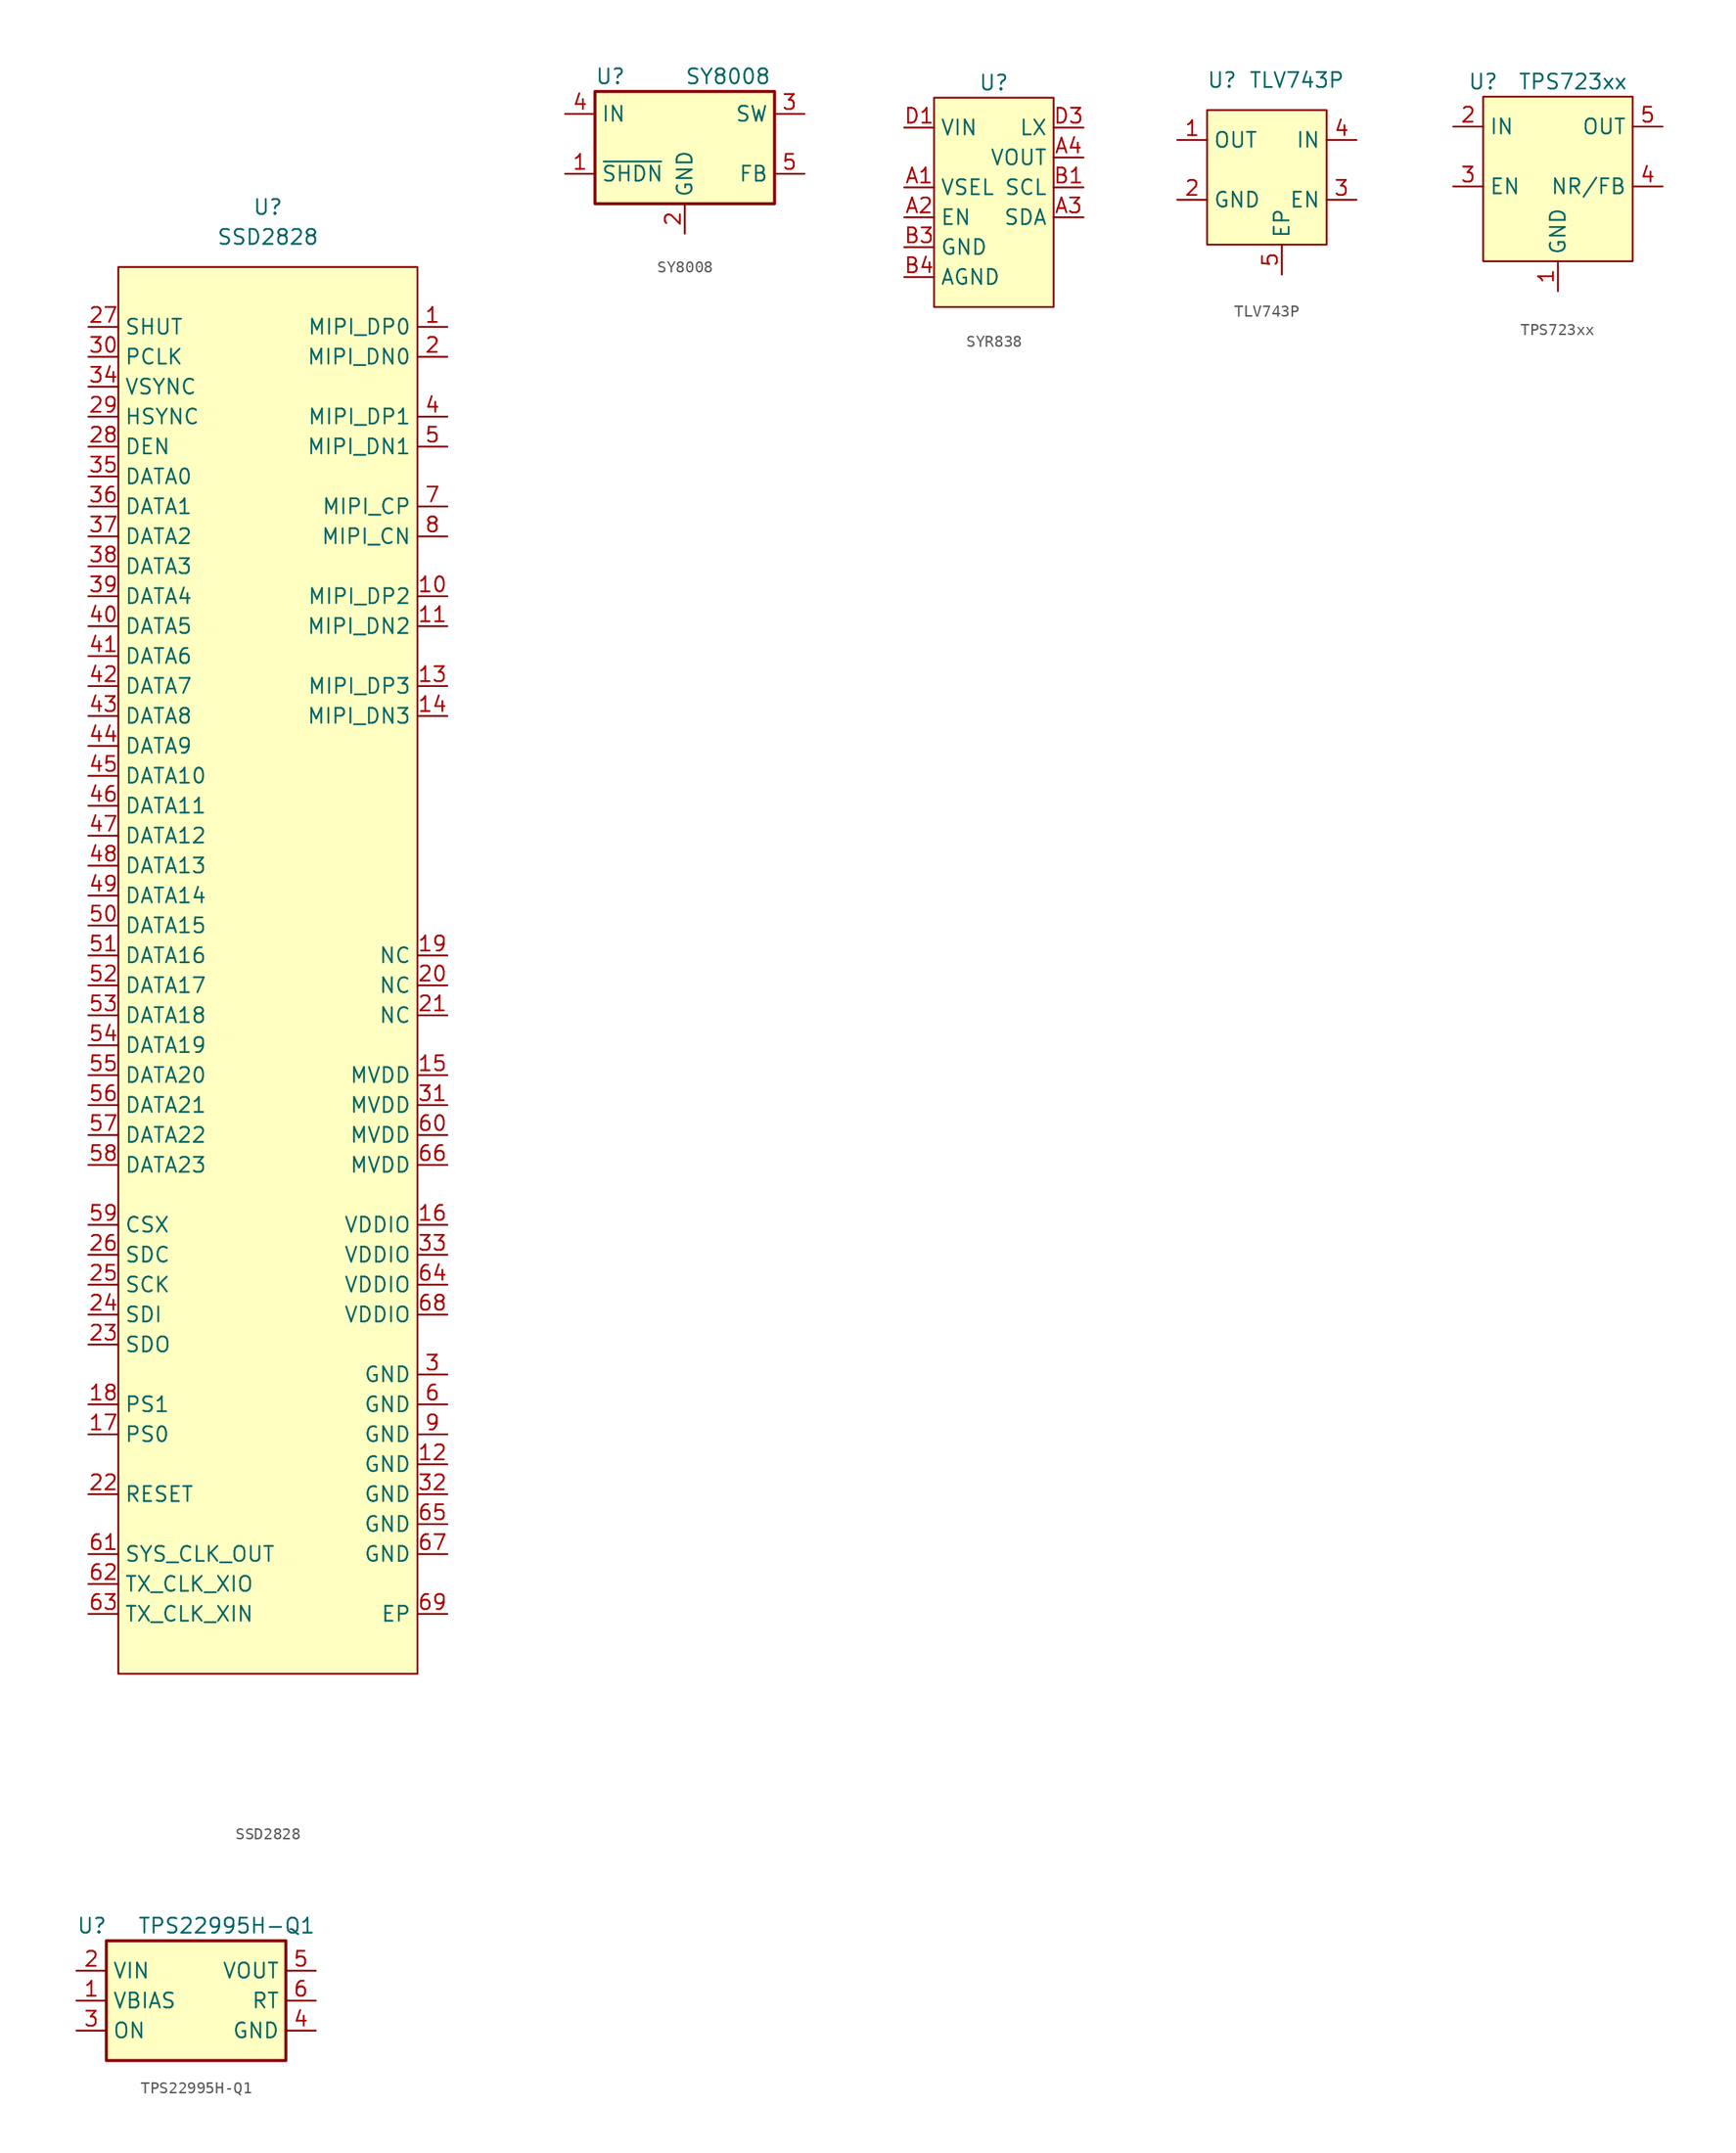
<source format=kicad_sym>
(kicad_symbol_lib
  (version 20231120)
  (generator "kicad_symbol_editor")
  (generator_version "8.0")
  (symbol "SSD2828"
    (property "Reference" "U"
      (at 0 0 0)
      (effects (font (size 1.27 1.27))))
    (property "Value" "SSD2828"
      (at 0 -2.54 0)
      (effects (font (size 1.27 1.27))))
    (symbol "SSD2828_0_1"
      (rectangle (start -12.7 -5.08) (end 12.7 -124.46) (stroke (width 0.152) (type default)) (fill (type background))))
    (symbol "SSD2828_1_1"
      (pin input line (at 15.24 -10.16 180) (length 2.54) (name "MIPI_DP0" (effects (font (size 1.27 1.27)))) (number "1" (effects (font (size 1.27 1.27)))))
      (pin input line (at 15.24 -33.02 180) (length 2.54) (name "MIPI_DP2" (effects (font (size 1.27 1.27)))) (number "10" (effects (font (size 1.27 1.27)))))
      (pin input line (at 15.24 -35.56 180) (length 2.54) (name "MIPI_DN2" (effects (font (size 1.27 1.27)))) (number "11" (effects (font (size 1.27 1.27)))))
      (pin input line (at 15.24 -106.68 180) (length 2.54) (name "GND" (effects (font (size 1.27 1.27)))) (number "12" (effects (font (size 1.27 1.27)))))
      (pin input line (at 15.24 -40.64 180) (length 2.54) (name "MIPI_DP3" (effects (font (size 1.27 1.27)))) (number "13" (effects (font (size 1.27 1.27)))))
      (pin input line (at 15.24 -43.18 180) (length 2.54) (name "MIPI_DN3" (effects (font (size 1.27 1.27)))) (number "14" (effects (font (size 1.27 1.27)))))
      (pin input line (at 15.24 -73.66 180) (length 2.54) (name "MVDD" (effects (font (size 1.27 1.27)))) (number "15" (effects (font (size 1.27 1.27)))))
      (pin input line (at 15.24 -86.36 180) (length 2.54) (name "VDDIO" (effects (font (size 1.27 1.27)))) (number "16" (effects (font (size 1.27 1.27)))))
      (pin input line (at -15.24 -104.14 0) (length 2.54) (name "PS0" (effects (font (size 1.27 1.27)))) (number "17" (effects (font (size 1.27 1.27)))))
      (pin input line (at -15.24 -101.6 0) (length 2.54) (name "PS1" (effects (font (size 1.27 1.27)))) (number "18" (effects (font (size 1.27 1.27)))))
      (pin input line (at 15.24 -63.5 180) (length 2.54) (name "NC" (effects (font (size 1.27 1.27)))) (number "19" (effects (font (size 1.27 1.27)))))
      (pin input line (at 15.24 -12.7 180) (length 2.54) (name "MIPI_DN0" (effects (font (size 1.27 1.27)))) (number "2" (effects (font (size 1.27 1.27)))))
      (pin input line (at 15.24 -66.04 180) (length 2.54) (name "NC" (effects (font (size 1.27 1.27)))) (number "20" (effects (font (size 1.27 1.27)))))
      (pin input line (at 15.24 -68.58 180) (length 2.54) (name "NC" (effects (font (size 1.27 1.27)))) (number "21" (effects (font (size 1.27 1.27)))))
      (pin input line (at -15.24 -109.22 0) (length 2.54) (name "RESET" (effects (font (size 1.27 1.27)))) (number "22" (effects (font (size 1.27 1.27)))))
      (pin input line (at -15.24 -96.52 0) (length 2.54) (name "SDO" (effects (font (size 1.27 1.27)))) (number "23" (effects (font (size 1.27 1.27)))))
      (pin input line (at -15.24 -93.98 0) (length 2.54) (name "SDI" (effects (font (size 1.27 1.27)))) (number "24" (effects (font (size 1.27 1.27)))))
      (pin input line (at -15.24 -91.44 0) (length 2.54) (name "SCK" (effects (font (size 1.27 1.27)))) (number "25" (effects (font (size 1.27 1.27)))))
      (pin input line (at -15.24 -88.9 0) (length 2.54) (name "SDC" (effects (font (size 1.27 1.27)))) (number "26" (effects (font (size 1.27 1.27)))))
      (pin input line (at -15.24 -10.16 0) (length 2.54) (name "SHUT" (effects (font (size 1.27 1.27)))) (number "27" (effects (font (size 1.27 1.27)))))
      (pin input line (at -15.24 -20.32 0) (length 2.54) (name "DEN" (effects (font (size 1.27 1.27)))) (number "28" (effects (font (size 1.27 1.27)))))
      (pin input line (at -15.24 -17.78 0) (length 2.54) (name "HSYNC" (effects (font (size 1.27 1.27)))) (number "29" (effects (font (size 1.27 1.27)))))
      (pin input line (at 15.24 -99.06 180) (length 2.54) (name "GND" (effects (font (size 1.27 1.27)))) (number "3" (effects (font (size 1.27 1.27)))))
      (pin input line (at -15.24 -12.7 0) (length 2.54) (name "PCLK" (effects (font (size 1.27 1.27)))) (number "30" (effects (font (size 1.27 1.27)))))
      (pin input line (at 15.24 -76.2 180) (length 2.54) (name "MVDD" (effects (font (size 1.27 1.27)))) (number "31" (effects (font (size 1.27 1.27)))))
      (pin input line (at 15.24 -109.22 180) (length 2.54) (name "GND" (effects (font (size 1.27 1.27)))) (number "32" (effects (font (size 1.27 1.27)))))
      (pin input line (at 15.24 -88.9 180) (length 2.54) (name "VDDIO" (effects (font (size 1.27 1.27)))) (number "33" (effects (font (size 1.27 1.27)))))
      (pin input line (at -15.24 -15.24 0) (length 2.54) (name "VSYNC" (effects (font (size 1.27 1.27)))) (number "34" (effects (font (size 1.27 1.27)))))
      (pin input line (at -15.24 -22.86 0) (length 2.54) (name "DATA0" (effects (font (size 1.27 1.27)))) (number "35" (effects (font (size 1.27 1.27)))))
      (pin input line (at -15.24 -25.4 0) (length 2.54) (name "DATA1" (effects (font (size 1.27 1.27)))) (number "36" (effects (font (size 1.27 1.27)))))
      (pin input line (at -15.24 -27.94 0) (length 2.54) (name "DATA2" (effects (font (size 1.27 1.27)))) (number "37" (effects (font (size 1.27 1.27)))))
      (pin input line (at -15.24 -30.48 0) (length 2.54) (name "DATA3" (effects (font (size 1.27 1.27)))) (number "38" (effects (font (size 1.27 1.27)))))
      (pin input line (at -15.24 -33.02 0) (length 2.54) (name "DATA4" (effects (font (size 1.27 1.27)))) (number "39" (effects (font (size 1.27 1.27)))))
      (pin input line (at 15.24 -17.78 180) (length 2.54) (name "MIPI_DP1" (effects (font (size 1.27 1.27)))) (number "4" (effects (font (size 1.27 1.27)))))
      (pin input line (at -15.24 -35.56 0) (length 2.54) (name "DATA5" (effects (font (size 1.27 1.27)))) (number "40" (effects (font (size 1.27 1.27)))))
      (pin input line (at -15.24 -38.1 0) (length 2.54) (name "DATA6" (effects (font (size 1.27 1.27)))) (number "41" (effects (font (size 1.27 1.27)))))
      (pin input line (at -15.24 -40.64 0) (length 2.54) (name "DATA7" (effects (font (size 1.27 1.27)))) (number "42" (effects (font (size 1.27 1.27)))))
      (pin input line (at -15.24 -43.18 0) (length 2.54) (name "DATA8" (effects (font (size 1.27 1.27)))) (number "43" (effects (font (size 1.27 1.27)))))
      (pin input line (at -15.24 -45.72 0) (length 2.54) (name "DATA9" (effects (font (size 1.27 1.27)))) (number "44" (effects (font (size 1.27 1.27)))))
      (pin input line (at -15.24 -48.26 0) (length 2.54) (name "DATA10" (effects (font (size 1.27 1.27)))) (number "45" (effects (font (size 1.27 1.27)))))
      (pin input line (at -15.24 -50.8 0) (length 2.54) (name "DATA11" (effects (font (size 1.27 1.27)))) (number "46" (effects (font (size 1.27 1.27)))))
      (pin input line (at -15.24 -53.34 0) (length 2.54) (name "DATA12" (effects (font (size 1.27 1.27)))) (number "47" (effects (font (size 1.27 1.27)))))
      (pin input line (at -15.24 -55.88 0) (length 2.54) (name "DATA13" (effects (font (size 1.27 1.27)))) (number "48" (effects (font (size 1.27 1.27)))))
      (pin input line (at -15.24 -58.42 0) (length 2.54) (name "DATA14" (effects (font (size 1.27 1.27)))) (number "49" (effects (font (size 1.27 1.27)))))
      (pin input line (at 15.24 -20.32 180) (length 2.54) (name "MIPI_DN1" (effects (font (size 1.27 1.27)))) (number "5" (effects (font (size 1.27 1.27)))))
      (pin input line (at -15.24 -60.96 0) (length 2.54) (name "DATA15" (effects (font (size 1.27 1.27)))) (number "50" (effects (font (size 1.27 1.27)))))
      (pin input line (at -15.24 -63.5 0) (length 2.54) (name "DATA16" (effects (font (size 1.27 1.27)))) (number "51" (effects (font (size 1.27 1.27)))))
      (pin input line (at -15.24 -66.04 0) (length 2.54) (name "DATA17" (effects (font (size 1.27 1.27)))) (number "52" (effects (font (size 1.27 1.27)))))
      (pin input line (at -15.24 -68.58 0) (length 2.54) (name "DATA18" (effects (font (size 1.27 1.27)))) (number "53" (effects (font (size 1.27 1.27)))))
      (pin input line (at -15.24 -71.12 0) (length 2.54) (name "DATA19" (effects (font (size 1.27 1.27)))) (number "54" (effects (font (size 1.27 1.27)))))
      (pin input line (at -15.24 -73.66 0) (length 2.54) (name "DATA20" (effects (font (size 1.27 1.27)))) (number "55" (effects (font (size 1.27 1.27)))))
      (pin input line (at -15.24 -76.2 0) (length 2.54) (name "DATA21" (effects (font (size 1.27 1.27)))) (number "56" (effects (font (size 1.27 1.27)))))
      (pin input line (at -15.24 -78.74 0) (length 2.54) (name "DATA22" (effects (font (size 1.27 1.27)))) (number "57" (effects (font (size 1.27 1.27)))))
      (pin input line (at -15.24 -81.28 0) (length 2.54) (name "DATA23" (effects (font (size 1.27 1.27)))) (number "58" (effects (font (size 1.27 1.27)))))
      (pin input line (at -15.24 -86.36 0) (length 2.54) (name "CSX" (effects (font (size 1.27 1.27)))) (number "59" (effects (font (size 1.27 1.27)))))
      (pin input line (at 15.24 -101.6 180) (length 2.54) (name "GND" (effects (font (size 1.27 1.27)))) (number "6" (effects (font (size 1.27 1.27)))))
      (pin input line (at 15.24 -78.74 180) (length 2.54) (name "MVDD" (effects (font (size 1.27 1.27)))) (number "60" (effects (font (size 1.27 1.27)))))
      (pin input line (at -15.24 -114.3 0) (length 2.54) (name "SYS_CLK_OUT" (effects (font (size 1.27 1.27)))) (number "61" (effects (font (size 1.27 1.27)))))
      (pin input line (at -15.24 -116.84 0) (length 2.54) (name "TX_CLK_XIO" (effects (font (size 1.27 1.27)))) (number "62" (effects (font (size 1.27 1.27)))))
      (pin input line (at -15.24 -119.38 0) (length 2.54) (name "TX_CLK_XIN" (effects (font (size 1.27 1.27)))) (number "63" (effects (font (size 1.27 1.27)))))
      (pin input line (at 15.24 -91.44 180) (length 2.54) (name "VDDIO" (effects (font (size 1.27 1.27)))) (number "64" (effects (font (size 1.27 1.27)))))
      (pin input line (at 15.24 -111.76 180) (length 2.54) (name "GND" (effects (font (size 1.27 1.27)))) (number "65" (effects (font (size 1.27 1.27)))))
      (pin input line (at 15.24 -81.28 180) (length 2.54) (name "MVDD" (effects (font (size 1.27 1.27)))) (number "66" (effects (font (size 1.27 1.27)))))
      (pin input line (at 15.24 -114.3 180) (length 2.54) (name "GND" (effects (font (size 1.27 1.27)))) (number "67" (effects (font (size 1.27 1.27)))))
      (pin input line (at 15.24 -93.98 180) (length 2.54) (name "VDDIO" (effects (font (size 1.27 1.27)))) (number "68" (effects (font (size 1.27 1.27)))))
      (pin input line (at 15.24 -119.38 180) (length 2.54) (name "EP" (effects (font (size 1.27 1.27)))) (number "69" (effects (font (size 1.27 1.27)))))
      (pin input line (at 15.24 -25.4 180) (length 2.54) (name "MIPI_CP" (effects (font (size 1.27 1.27)))) (number "7" (effects (font (size 1.27 1.27)))))
      (pin input line (at 15.24 -27.94 180) (length 2.54) (name "MIPI_CN" (effects (font (size 1.27 1.27)))) (number "8" (effects (font (size 1.27 1.27)))))
      (pin input line (at 15.24 -104.14 180) (length 2.54) (name "GND" (effects (font (size 1.27 1.27)))) (number "9" (effects (font (size 1.27 1.27)))))))
  (symbol "SY8008"
    (property "Reference" "U"
      (at -7.62 5.715 0)
      (effects (font (size 1.27 1.27)) (justify left)))
    (property "Value" "SY8008"
      (at 0 5.715 0)
      (effects (font (size 1.27 1.27)) (justify left)))
    (symbol "SY8008_0_1"
      (rectangle (start -7.62 4.445) (end 7.62 -5.08) (stroke (width 0.254) (type default)) (fill (type background))))
    (symbol "SY8008_1_1"
      (pin input line (at -10.16 -2.54 0) (length 2.54) (name "~{SHDN}" (effects (font (size 1.27 1.27)))) (number "1" (effects (font (size 1.27 1.27)))))
      (pin power_in line (at 0 -7.62 90) (length 2.54) (name "GND" (effects (font (size 1.27 1.27)))) (number "2" (effects (font (size 1.27 1.27)))))
      (pin passive line (at 10.16 2.54 180) (length 2.54) (name "SW" (effects (font (size 1.27 1.27)))) (number "3" (effects (font (size 1.27 1.27)))))
      (pin power_in line (at -10.16 2.54 0) (length 2.54) (name "IN" (effects (font (size 1.27 1.27)))) (number "4" (effects (font (size 1.27 1.27)))))
      (pin input line (at 10.16 -2.54 180) (length 2.54) (name "FB" (effects (font (size 1.27 1.27)))) (number "5" (effects (font (size 1.27 1.27)))))))
  (symbol "SYR838"
    (property "Reference" "U"
      (at 0 1.27 0)
      (effects (font (size 1.27 1.27))))
    (property "Value" ""
      (at 0 0 0)
      (effects (font (size 1.27 1.27))))
    (symbol "SYR838_1_1"
      (rectangle (start -5.08 0) (end 5.08 -17.78) (stroke (width 0) (type default)) (fill (type background)))
      (pin input line (at -7.62 -7.62 0) (length 2.54) (name "VSEL" (effects (font (size 1.27 1.27)))) (number "A1" (effects (font (size 1.27 1.27)))))
      (pin input line (at -7.62 -10.16 0) (length 2.54) (name "EN" (effects (font (size 1.27 1.27)))) (number "A2" (effects (font (size 1.27 1.27)))))
      (pin input line (at 7.62 -10.16 180) (length 2.54) (name "SDA" (effects (font (size 1.27 1.27)))) (number "A3" (effects (font (size 1.27 1.27)))))
      (pin input line (at 7.62 -5.08 180) (length 2.54) (name "VOUT" (effects (font (size 1.27 1.27)))) (number "A4" (effects (font (size 1.27 1.27)))))
      (pin input line (at 7.62 -7.62 180) (length 2.54) (name "SCL" (effects (font (size 1.27 1.27)))) (number "B1" (effects (font (size 1.27 1.27)))))
      (pin input line (at -7.62 -12.7 0) (length 2.54) hide (name "GND" (effects (font (size 1.27 1.27)))) (number "B2" (effects (font (size 1.27 1.27)))))
      (pin input line (at -7.62 -12.7 0) (length 2.54) (name "GND" (effects (font (size 1.27 1.27)))) (number "B3" (effects (font (size 1.27 1.27)))))
      (pin input line (at -7.62 -15.24 0) (length 2.54) (name "AGND" (effects (font (size 1.27 1.27)))) (number "B4" (effects (font (size 1.27 1.27)))))
      (pin input line (at -7.62 -12.7 0) (length 2.54) hide (name "GND" (effects (font (size 1.27 1.27)))) (number "C1" (effects (font (size 1.27 1.27)))))
      (pin input line (at -7.62 -12.7 0) (length 2.54) hide (name "GND" (effects (font (size 1.27 1.27)))) (number "C2" (effects (font (size 1.27 1.27)))))
      (pin input line (at -7.62 -12.7 0) (length 2.54) hide (name "GND" (effects (font (size 1.27 1.27)))) (number "C3" (effects (font (size 1.27 1.27)))))
      (pin input line (at -7.62 -12.7 0) (length 2.54) hide (name "GND" (effects (font (size 1.27 1.27)))) (number "C4" (effects (font (size 1.27 1.27)))))
      (pin input line (at -7.62 -2.54 0) (length 2.54) (name "VIN" (effects (font (size 1.27 1.27)))) (number "D1" (effects (font (size 1.27 1.27)))))
      (pin input line (at -7.62 -2.54 0) (length 2.54) hide (name "VIN" (effects (font (size 1.27 1.27)))) (number "D2" (effects (font (size 1.27 1.27)))))
      (pin input line (at 7.62 -2.54 180) (length 2.54) (name "LX" (effects (font (size 1.27 1.27)))) (number "D3" (effects (font (size 1.27 1.27)))))
      (pin input line (at 7.62 -2.54 180) (length 2.54) hide (name "LX" (effects (font (size 1.27 1.27)))) (number "D4" (effects (font (size 1.27 1.27)))))
      (pin input line (at -7.62 -2.54 0) (length 2.54) hide (name "VIN" (effects (font (size 1.27 1.27)))) (number "E1" (effects (font (size 1.27 1.27)))))
      (pin input line (at -7.62 -2.54 0) (length 2.54) hide (name "VIN" (effects (font (size 1.27 1.27)))) (number "E2" (effects (font (size 1.27 1.27)))))
      (pin input line (at 7.62 -2.54 180) (length 2.54) hide (name "LX" (effects (font (size 1.27 1.27)))) (number "E3" (effects (font (size 1.27 1.27)))))
      (pin input line (at 7.62 -2.54 180) (length 2.54) hide (name "LX" (effects (font (size 1.27 1.27)))) (number "E4" (effects (font (size 1.27 1.27)))))))
  (symbol "TLV743P"
    (property "Reference" "U"
      (at 1.27 2.54 0)
      (effects (font (size 1.27 1.27))))
    (property "Value" "TLV743P"
      (at 7.62 2.54 0)
      (effects (font (size 1.27 1.27))))
    (symbol "TLV743P_1_1"
      (rectangle (start 0 0) (end 10.16 -11.43) (stroke (width 0) (type default)) (fill (type background)))
      (pin power_out line (at -2.54 -2.54 0) (length 2.54) (name "OUT" (effects (font (size 1.27 1.27)))) (number "1" (effects (font (size 1.27 1.27)))))
      (pin power_in line (at -2.54 -7.62 0) (length 2.54) (name "GND" (effects (font (size 1.27 1.27)))) (number "2" (effects (font (size 1.27 1.27)))))
      (pin input line (at 12.7 -7.62 180) (length 2.54) (name "EN" (effects (font (size 1.27 1.27)))) (number "3" (effects (font (size 1.27 1.27)))))
      (pin power_in line (at 12.7 -2.54 180) (length 2.54) (name "IN" (effects (font (size 1.27 1.27)))) (number "4" (effects (font (size 1.27 1.27)))))
      (pin passive line (at 6.35 -13.97 90) (length 2.54) (name "EP" (effects (font (size 1.27 1.27)))) (number "5" (effects (font (size 1.27 1.27)))))))
  (symbol "TPS723xx"
    (property "Reference" "U"
      (at 0 1.27 0)
      (effects (font (size 1.27 1.27))))
    (property "Value" "TPS723xx"
      (at 7.62 1.27 0)
      (effects (font (size 1.27 1.27))))
    (symbol "TPS723xx_1_1"
      (rectangle (start 0 0) (end 12.7 -13.97) (stroke (width 0) (type default)) (fill (type background)))
      (pin passive line (at 6.35 -16.51 90) (length 2.54) (name "GND" (effects (font (size 1.27 1.27)))) (number "1" (effects (font (size 1.27 1.27)))))
      (pin power_in line (at -2.54 -2.54 0) (length 2.54) (name "IN" (effects (font (size 1.27 1.27)))) (number "2" (effects (font (size 1.27 1.27)))))
      (pin input line (at -2.54 -7.62 0) (length 2.54) (name "EN" (effects (font (size 1.27 1.27)))) (number "3" (effects (font (size 1.27 1.27)))))
      (pin input line (at 15.24 -7.62 180) (length 2.54) (name "NR/FB" (effects (font (size 1.27 1.27)))) (number "4" (effects (font (size 1.27 1.27)))))
      (pin power_out line (at 15.24 -2.54 180) (length 2.54) (name "OUT" (effects (font (size 1.27 1.27)))) (number "5" (effects (font (size 1.27 1.27)))))))
  (symbol "TPS22995H-Q1"
    (property "Reference" "U"
      (at -10.16 8.89 0)
      (effects (font (size 1.27 1.27)) (justify left)))
    (property "Value" "TPS22995H-Q1"
      (at 10.16 8.89 0)
      (effects (font (size 1.27 1.27)) (justify right)))
    (symbol "TPS22995H-Q1_0_1"
      (rectangle (start -7.62 7.62) (end 7.62 -2.54) (stroke (width 0.254) (type default)) (fill (type background))))
    (symbol "TPS22995H-Q1_1_1"
      (pin power_in line (at -10.16 2.54 0) (length 2.54) (name "VBIAS" (effects (font (size 1.27 1.27)))) (number "1" (effects (font (size 1.27 1.27)))))
      (pin passive line (at -10.16 5.08 0) (length 2.54) (name "VIN" (effects (font (size 1.27 1.27)))) (number "2" (effects (font (size 1.27 1.27)))))
      (pin input line (at -10.16 0 0) (length 2.54) (name "ON" (effects (font (size 1.27 1.27)))) (number "3" (effects (font (size 1.27 1.27)))))
      (pin power_in line (at 10.16 0 180) (length 2.54) (name "GND" (effects (font (size 1.27 1.27)))) (number "4" (effects (font (size 1.27 1.27)))))
      (pin passive line (at 10.16 5.08 180) (length 2.54) (name "VOUT" (effects (font (size 1.27 1.27)))) (number "5" (effects (font (size 1.27 1.27)))))
      (pin input line (at 10.16 2.54 180) (length 2.54) (name "RT" (effects (font (size 1.27 1.27)))) (number "6" (effects (font (size 1.27 1.27))))))))
</source>
